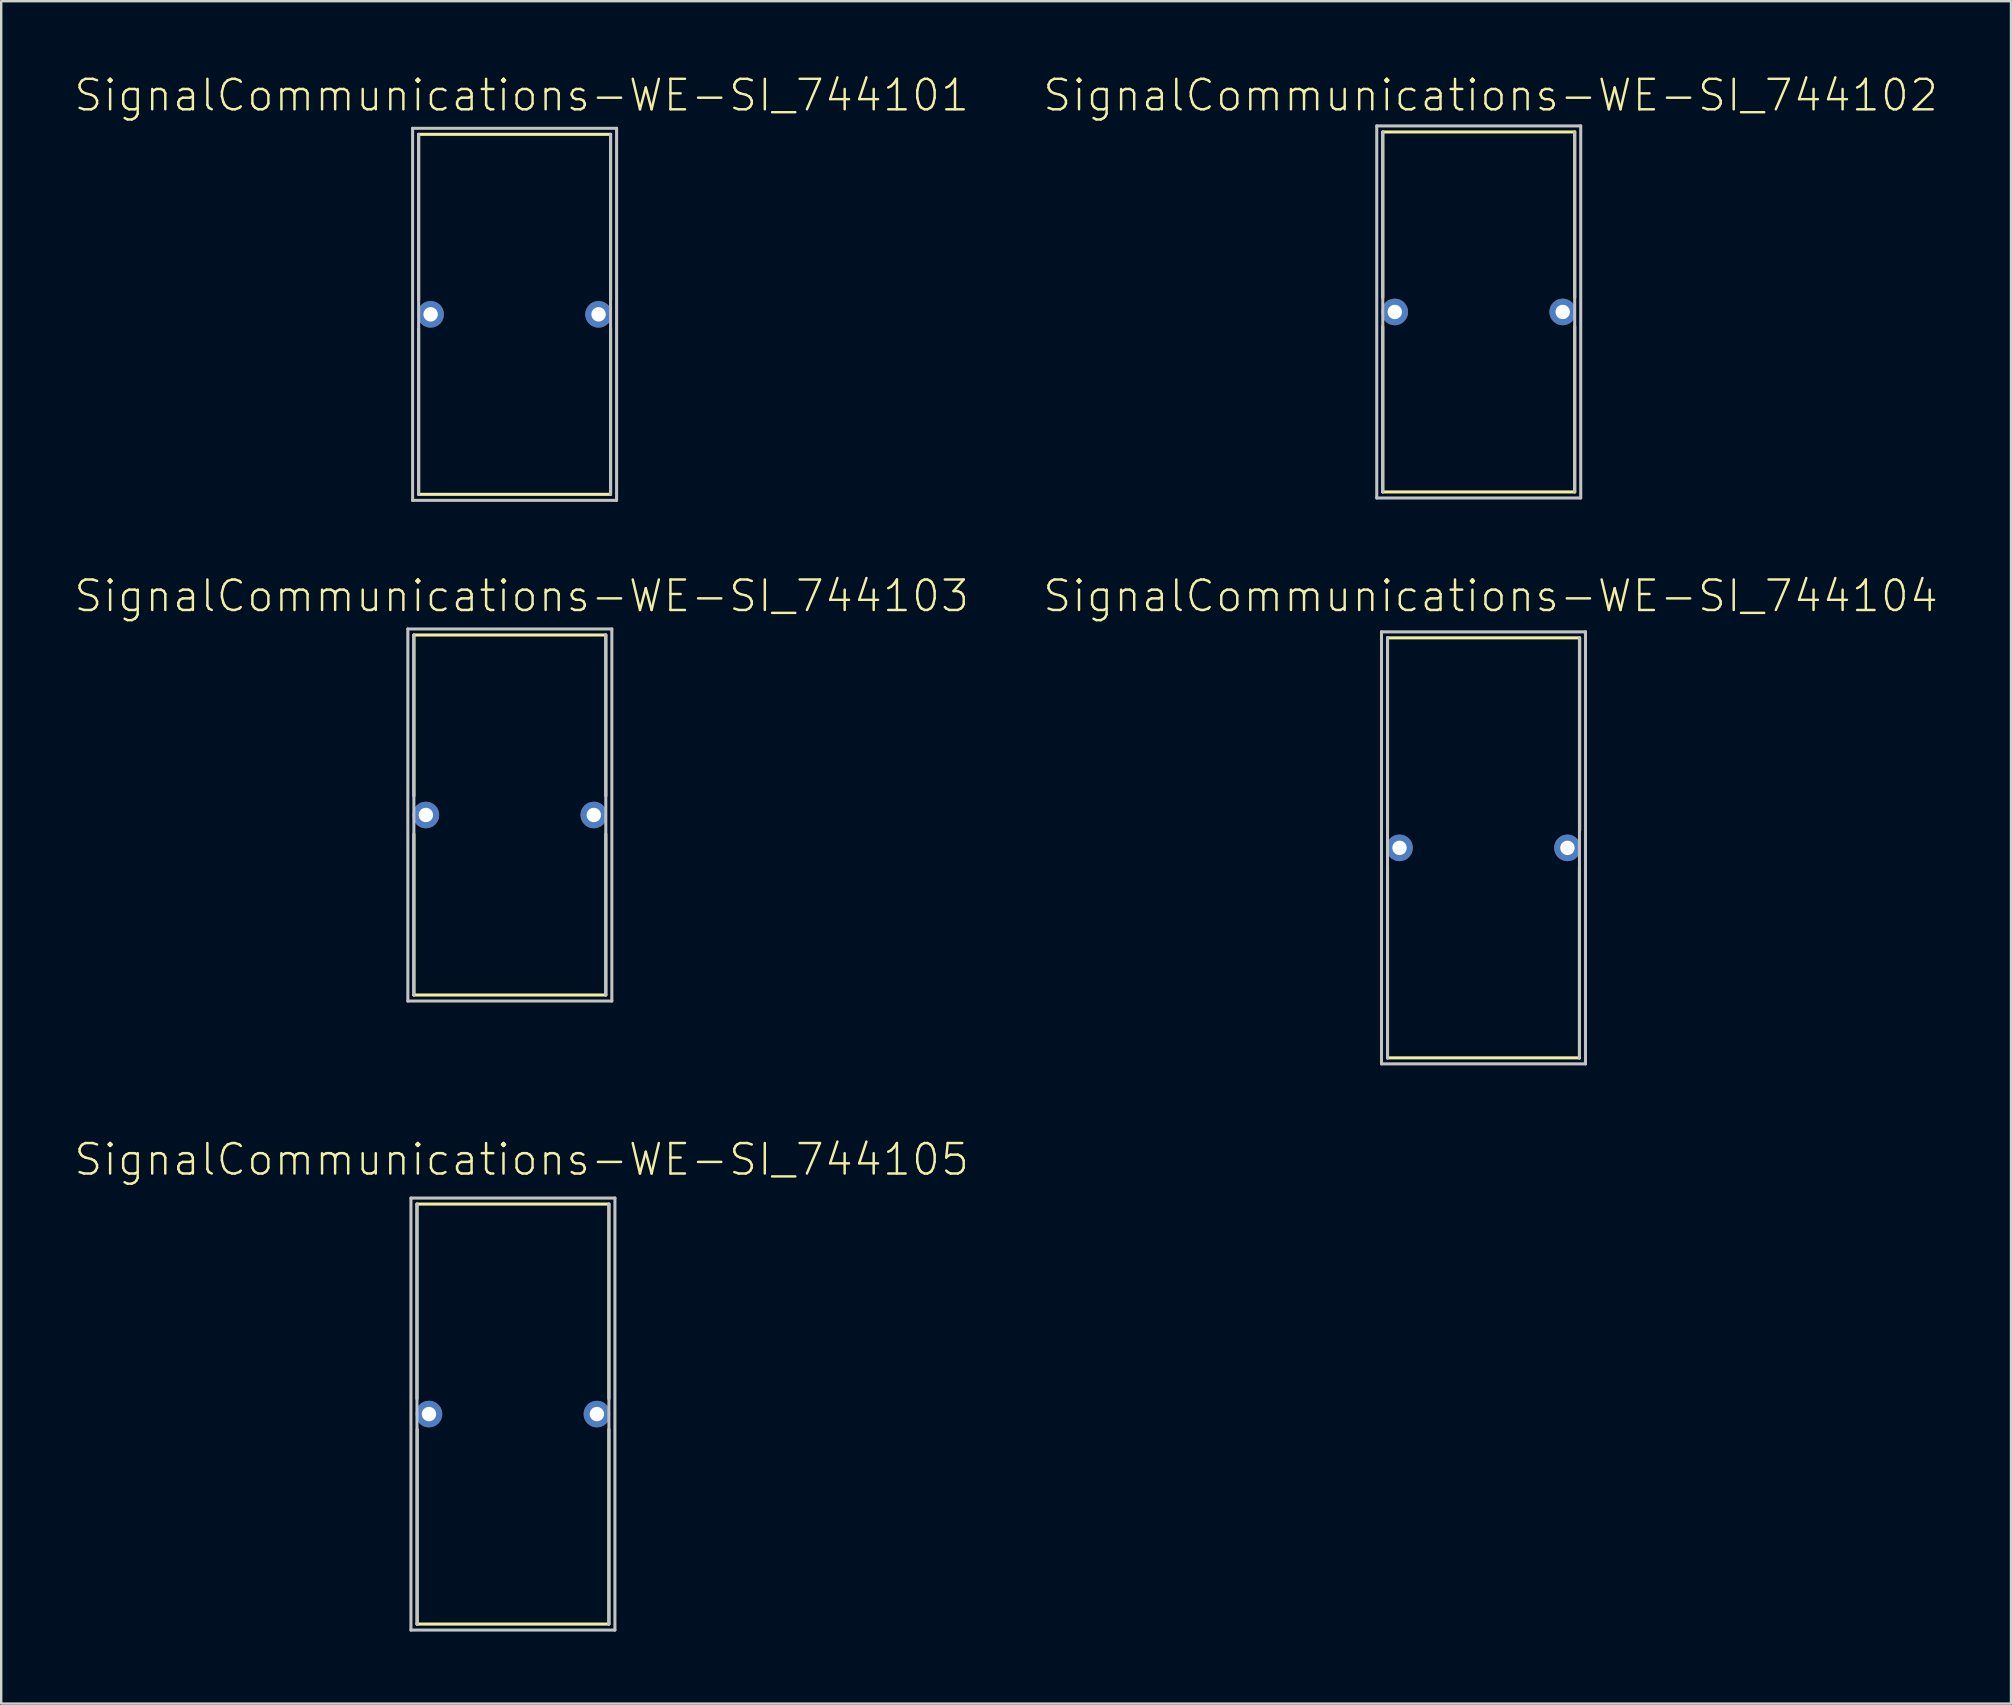
<source format=kicad_pcb>
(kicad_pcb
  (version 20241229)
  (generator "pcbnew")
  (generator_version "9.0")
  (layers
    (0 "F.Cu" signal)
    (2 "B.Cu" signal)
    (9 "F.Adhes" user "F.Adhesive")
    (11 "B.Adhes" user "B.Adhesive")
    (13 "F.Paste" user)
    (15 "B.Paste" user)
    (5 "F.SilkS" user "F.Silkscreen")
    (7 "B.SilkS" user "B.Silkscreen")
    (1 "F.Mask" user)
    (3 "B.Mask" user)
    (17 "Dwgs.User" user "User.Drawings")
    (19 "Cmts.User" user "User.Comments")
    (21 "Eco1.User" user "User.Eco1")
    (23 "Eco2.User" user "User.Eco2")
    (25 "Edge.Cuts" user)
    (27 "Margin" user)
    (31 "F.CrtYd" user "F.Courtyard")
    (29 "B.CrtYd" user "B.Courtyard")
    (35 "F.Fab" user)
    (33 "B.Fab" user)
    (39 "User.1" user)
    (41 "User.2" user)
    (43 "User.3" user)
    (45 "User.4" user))
  (footprint "SignalCommunications-WE-SI_744102"
    (layer "F.Cu")
    (at 58.554 9.946)
    (property "Reference" "SignalCommunications-WE-SI_744102" (at 0.493 -9.025 0) (layer "F.SilkS") (effects (font (size 1.27 1.27) (thickness 0.102))))
    (attr exclude_from_pos_files exclude_from_bom)
    (fp_line (start -3.998 -0.599) (end -3.998 -7.498) (stroke (width 0.127) (type solid)) (layer "F.SilkS"))
    (fp_line (start -3.998 0.599) (end -3.998 7.498) (stroke (width 0.127) (type solid)) (layer "F.SilkS"))
    (fp_line (start -3.998 7.498) (end 3.998 7.498) (stroke (width 0.127) (type solid)) (layer "F.SilkS"))
    (fp_line (start 3.998 -7.498) (end -3.998 -7.498) (stroke (width 0.127) (type solid)) (layer "F.SilkS"))
    (fp_line (start 3.998 -0.599) (end 3.998 -7.498) (stroke (width 0.127) (type solid)) (layer "F.SilkS"))
    (fp_line (start 3.998 0.599) (end 3.998 7.498) (stroke (width 0.127) (type solid)) (layer "F.SilkS"))
    (fp_line (start -4.249 -7.75) (end -4.249 7.75) (stroke (width 0.127) (type solid)) (layer "Dwgs.User"))
    (fp_line (start -4.249 7.75) (end 4.249 7.75) (stroke (width 0.127) (type solid)) (layer "Dwgs.User"))
    (fp_line (start -3.998 -7.498) (end -3.998 7.498) (stroke (width 0.127) (type solid)) (layer "Dwgs.User"))
    (fp_line (start 3.998 7.498) (end 3.998 -7.498) (stroke (width 0.127) (type solid)) (layer "Dwgs.User"))
    (fp_line (start 4.249 -7.75) (end -4.249 -7.75) (stroke (width 0.127) (type solid)) (layer "Dwgs.User"))
    (fp_line (start 4.249 7.75) (end 4.249 -7.75) (stroke (width 0.127) (type solid)) (layer "Dwgs.User"))
    (pad "1" thru_hole circle (at -3.498 0) (size 1.107 1.107) (drill 0.599) (layers "*.Cu" "*.Paste" "*.Mask"))
    (pad "2" thru_hole circle (at 3.498 0) (size 1.107 1.107) (drill 0.599) (layers "*.Cu" "*.Paste" "*.Mask")))
  (footprint "SignalCommunications-WE-SI_744101"
    (layer "F.Cu")
    (at 18.388 10.045)
    (property "Reference" "SignalCommunications-WE-SI_744101" (at 0.295 -9.124 0) (layer "F.SilkS") (effects (font (size 1.27 1.27) (thickness 0.102))))
    (attr exclude_from_pos_files exclude_from_bom)
    (fp_line (start -3.998 -0.599) (end -3.998 -7.498) (stroke (width 0.127) (type solid)) (layer "F.SilkS"))
    (fp_line (start -3.998 0.599) (end -3.998 7.498) (stroke (width 0.127) (type solid)) (layer "F.SilkS"))
    (fp_line (start -3.998 7.498) (end 3.998 7.498) (stroke (width 0.127) (type solid)) (layer "F.SilkS"))
    (fp_line (start 3.998 -7.498) (end -3.998 -7.498) (stroke (width 0.127) (type solid)) (layer "F.SilkS"))
    (fp_line (start 3.998 -0.599) (end 3.998 -7.498) (stroke (width 0.127) (type solid)) (layer "F.SilkS"))
    (fp_line (start 3.998 0.599) (end 3.998 7.498) (stroke (width 0.127) (type solid)) (layer "F.SilkS"))
    (fp_line (start -4.249 -7.75) (end -4.249 7.75) (stroke (width 0.127) (type solid)) (layer "Dwgs.User"))
    (fp_line (start -4.249 7.75) (end 4.249 7.75) (stroke (width 0.127) (type solid)) (layer "Dwgs.User"))
    (fp_line (start -3.998 -7.498) (end -3.998 7.498) (stroke (width 0.127) (type solid)) (layer "Dwgs.User"))
    (fp_line (start 3.998 7.498) (end 3.998 -7.498) (stroke (width 0.127) (type solid)) (layer "Dwgs.User"))
    (fp_line (start 4.249 -7.75) (end -4.249 -7.75) (stroke (width 0.127) (type solid)) (layer "Dwgs.User"))
    (fp_line (start 4.249 7.75) (end 4.249 -7.75) (stroke (width 0.127) (type solid)) (layer "Dwgs.User"))
    (pad "1" thru_hole circle (at -3.498 0) (size 1.107 1.107) (drill 0.599) (layers "*.Cu" "*.Paste" "*.Mask"))
    (pad "2" thru_hole circle (at 3.498 0) (size 1.107 1.107) (drill 0.599) (layers "*.Cu" "*.Paste" "*.Mask")))
  (footprint "SignalCommunications-WE-SI_744103"
    (layer "F.Cu")
    (at 18.19 30.903)
    (property "Reference" "SignalCommunications-WE-SI_744103" (at 0.493 -9.124 0) (layer "F.SilkS") (effects (font (size 1.27 1.27) (thickness 0.102))))
    (attr exclude_from_pos_files exclude_from_bom)
    (fp_line (start -3.998 -7.498) (end -3.998 -0.798) (stroke (width 0.127) (type solid)) (layer "F.SilkS"))
    (fp_line (start -3.998 7.498) (end -3.998 0.798) (stroke (width 0.127) (type solid)) (layer "F.SilkS"))
    (fp_line (start -3.998 7.498) (end 3.998 7.498) (stroke (width 0.127) (type solid)) (layer "F.SilkS"))
    (fp_line (start 3.998 -7.498) (end -3.998 -7.498) (stroke (width 0.127) (type solid)) (layer "F.SilkS"))
    (fp_line (start 3.998 -7.498) (end 3.998 -0.798) (stroke (width 0.127) (type solid)) (layer "F.SilkS"))
    (fp_line (start 3.998 7.498) (end 3.998 0.798) (stroke (width 0.127) (type solid)) (layer "F.SilkS"))
    (fp_line (start -4.249 -7.75) (end -4.249 7.75) (stroke (width 0.127) (type solid)) (layer "Dwgs.User"))
    (fp_line (start -4.249 7.75) (end 4.249 7.75) (stroke (width 0.127) (type solid)) (layer "Dwgs.User"))
    (fp_line (start -3.998 -7.498) (end -3.998 7.498) (stroke (width 0.127) (type solid)) (layer "Dwgs.User"))
    (fp_line (start 3.998 7.498) (end 3.998 -7.498) (stroke (width 0.127) (type solid)) (layer "Dwgs.User"))
    (fp_line (start 4.249 -7.75) (end -4.249 -7.75) (stroke (width 0.127) (type solid)) (layer "Dwgs.User"))
    (fp_line (start 4.249 7.75) (end 4.249 -7.75) (stroke (width 0.127) (type solid)) (layer "Dwgs.User"))
    (pad "1" thru_hole circle (at -3.498 0) (size 1.107 1.107) (drill 0.599) (layers "*.Cu" "*.Paste" "*.Mask"))
    (pad "2" thru_hole circle (at 3.498 0) (size 1.107 1.107) (drill 0.599) (layers "*.Cu" "*.Paste" "*.Mask")))
  (footprint "SignalCommunications-WE-SI_744105"
    (layer "F.Cu")
    (at 18.319 55.86)
    (property "Reference" "SignalCommunications-WE-SI_744105" (at 0.363 -10.604 0) (layer "F.SilkS") (effects (font (size 1.27 1.27) (thickness 0.102))))
    (attr exclude_from_pos_files exclude_from_bom)
    (fp_line (start -3.998 -0.638) (end -3.998 -8.748) (stroke (width 0.127) (type solid)) (layer "F.SilkS"))
    (fp_line (start -3.998 8.748) (end -3.988 8.748) (stroke (width 0.127) (type solid)) (layer "F.SilkS"))
    (fp_line (start -3.988 8.748) (end -3.988 0.638) (stroke (width 0.127) (type solid)) (layer "F.SilkS"))
    (fp_line (start -3.988 8.748) (end 3.998 8.748) (stroke (width 0.127) (type solid)) (layer "F.SilkS"))
    (fp_line (start 3.998 -8.748) (end -3.998 -8.748) (stroke (width 0.127) (type solid)) (layer "F.SilkS"))
    (fp_line (start 3.998 -0.638) (end 3.998 -8.748) (stroke (width 0.127) (type solid)) (layer "F.SilkS"))
    (fp_line (start 3.998 8.748) (end 3.998 0.638) (stroke (width 0.127) (type solid)) (layer "F.SilkS"))
    (fp_line (start -4.249 -8.999) (end -4.249 8.999) (stroke (width 0.127) (type solid)) (layer "Dwgs.User"))
    (fp_line (start -4.249 8.999) (end 4.249 8.999) (stroke (width 0.127) (type solid)) (layer "Dwgs.User"))
    (fp_line (start -3.998 -8.748) (end -3.998 8.748) (stroke (width 0.127) (type solid)) (layer "Dwgs.User"))
    (fp_line (start 3.998 8.748) (end 3.998 -8.748) (stroke (width 0.127) (type solid)) (layer "Dwgs.User"))
    (fp_line (start 4.249 -8.999) (end -4.249 -8.999) (stroke (width 0.127) (type solid)) (layer "Dwgs.User"))
    (fp_line (start 4.249 8.999) (end 4.249 -8.999) (stroke (width 0.127) (type solid)) (layer "Dwgs.User"))
    (pad "1" thru_hole circle (at -3.498 0) (size 1.107 1.107) (drill 0.599) (layers "*.Cu" "*.Paste" "*.Mask"))
    (pad "2" thru_hole circle (at 3.498 0) (size 1.107 1.107) (drill 0.599) (layers "*.Cu" "*.Paste" "*.Mask")))
  (footprint "SignalCommunications-WE-SI_744104"
    (layer "F.Cu")
    (at 58.752 32.272)
    (property "Reference" "SignalCommunications-WE-SI_744104" (at 0.295 -10.493 0) (layer "F.SilkS") (effects (font (size 1.27 1.27) (thickness 0.102))))
    (attr exclude_from_pos_files exclude_from_bom)
    (fp_line (start -3.998 -0.719) (end -3.998 -8.748) (stroke (width 0.127) (type solid)) (layer "F.SilkS"))
    (fp_line (start -3.998 0.78) (end -3.998 8.758) (stroke (width 0.127) (type solid)) (layer "F.SilkS"))
    (fp_line (start -3.998 8.748) (end 3.998 8.748) (stroke (width 0.127) (type solid)) (layer "F.SilkS"))
    (fp_line (start 3.998 -8.748) (end -3.998 -8.748) (stroke (width 0.127) (type solid)) (layer "F.SilkS"))
    (fp_line (start 3.998 0.78) (end 3.998 8.758) (stroke (width 0.127) (type solid)) (layer "F.SilkS"))
    (fp_line (start 4.008 -0.719) (end 4.008 -8.748) (stroke (width 0.127) (type solid)) (layer "F.SilkS"))
    (fp_line (start -4.249 -8.999) (end -4.249 8.999) (stroke (width 0.127) (type solid)) (layer "Dwgs.User"))
    (fp_line (start -4.249 8.999) (end 4.249 8.999) (stroke (width 0.127) (type solid)) (layer "Dwgs.User"))
    (fp_line (start -3.998 -8.748) (end -3.998 8.748) (stroke (width 0.127) (type solid)) (layer "Dwgs.User"))
    (fp_line (start 3.998 8.748) (end 3.998 -8.748) (stroke (width 0.127) (type solid)) (layer "Dwgs.User"))
    (fp_line (start 4.249 -8.999) (end -4.249 -8.999) (stroke (width 0.127) (type solid)) (layer "Dwgs.User"))
    (fp_line (start 4.249 8.999) (end 4.249 -8.999) (stroke (width 0.127) (type solid)) (layer "Dwgs.User"))
    (pad "1" thru_hole circle (at -3.498 0) (size 1.107 1.107) (drill 0.599) (layers "*.Cu" "*.Paste" "*.Mask"))
    (pad "2" thru_hole circle (at 3.498 0) (size 1.107 1.107) (drill 0.599) (layers "*.Cu" "*.Paste" "*.Mask")))
  (gr_rect
    (start -3 -3)
    (end 80.729 67.923)
    (stroke (width 0.1) (type default))
    (fill no)
    (layer "Edge.Cuts")))
</source>
